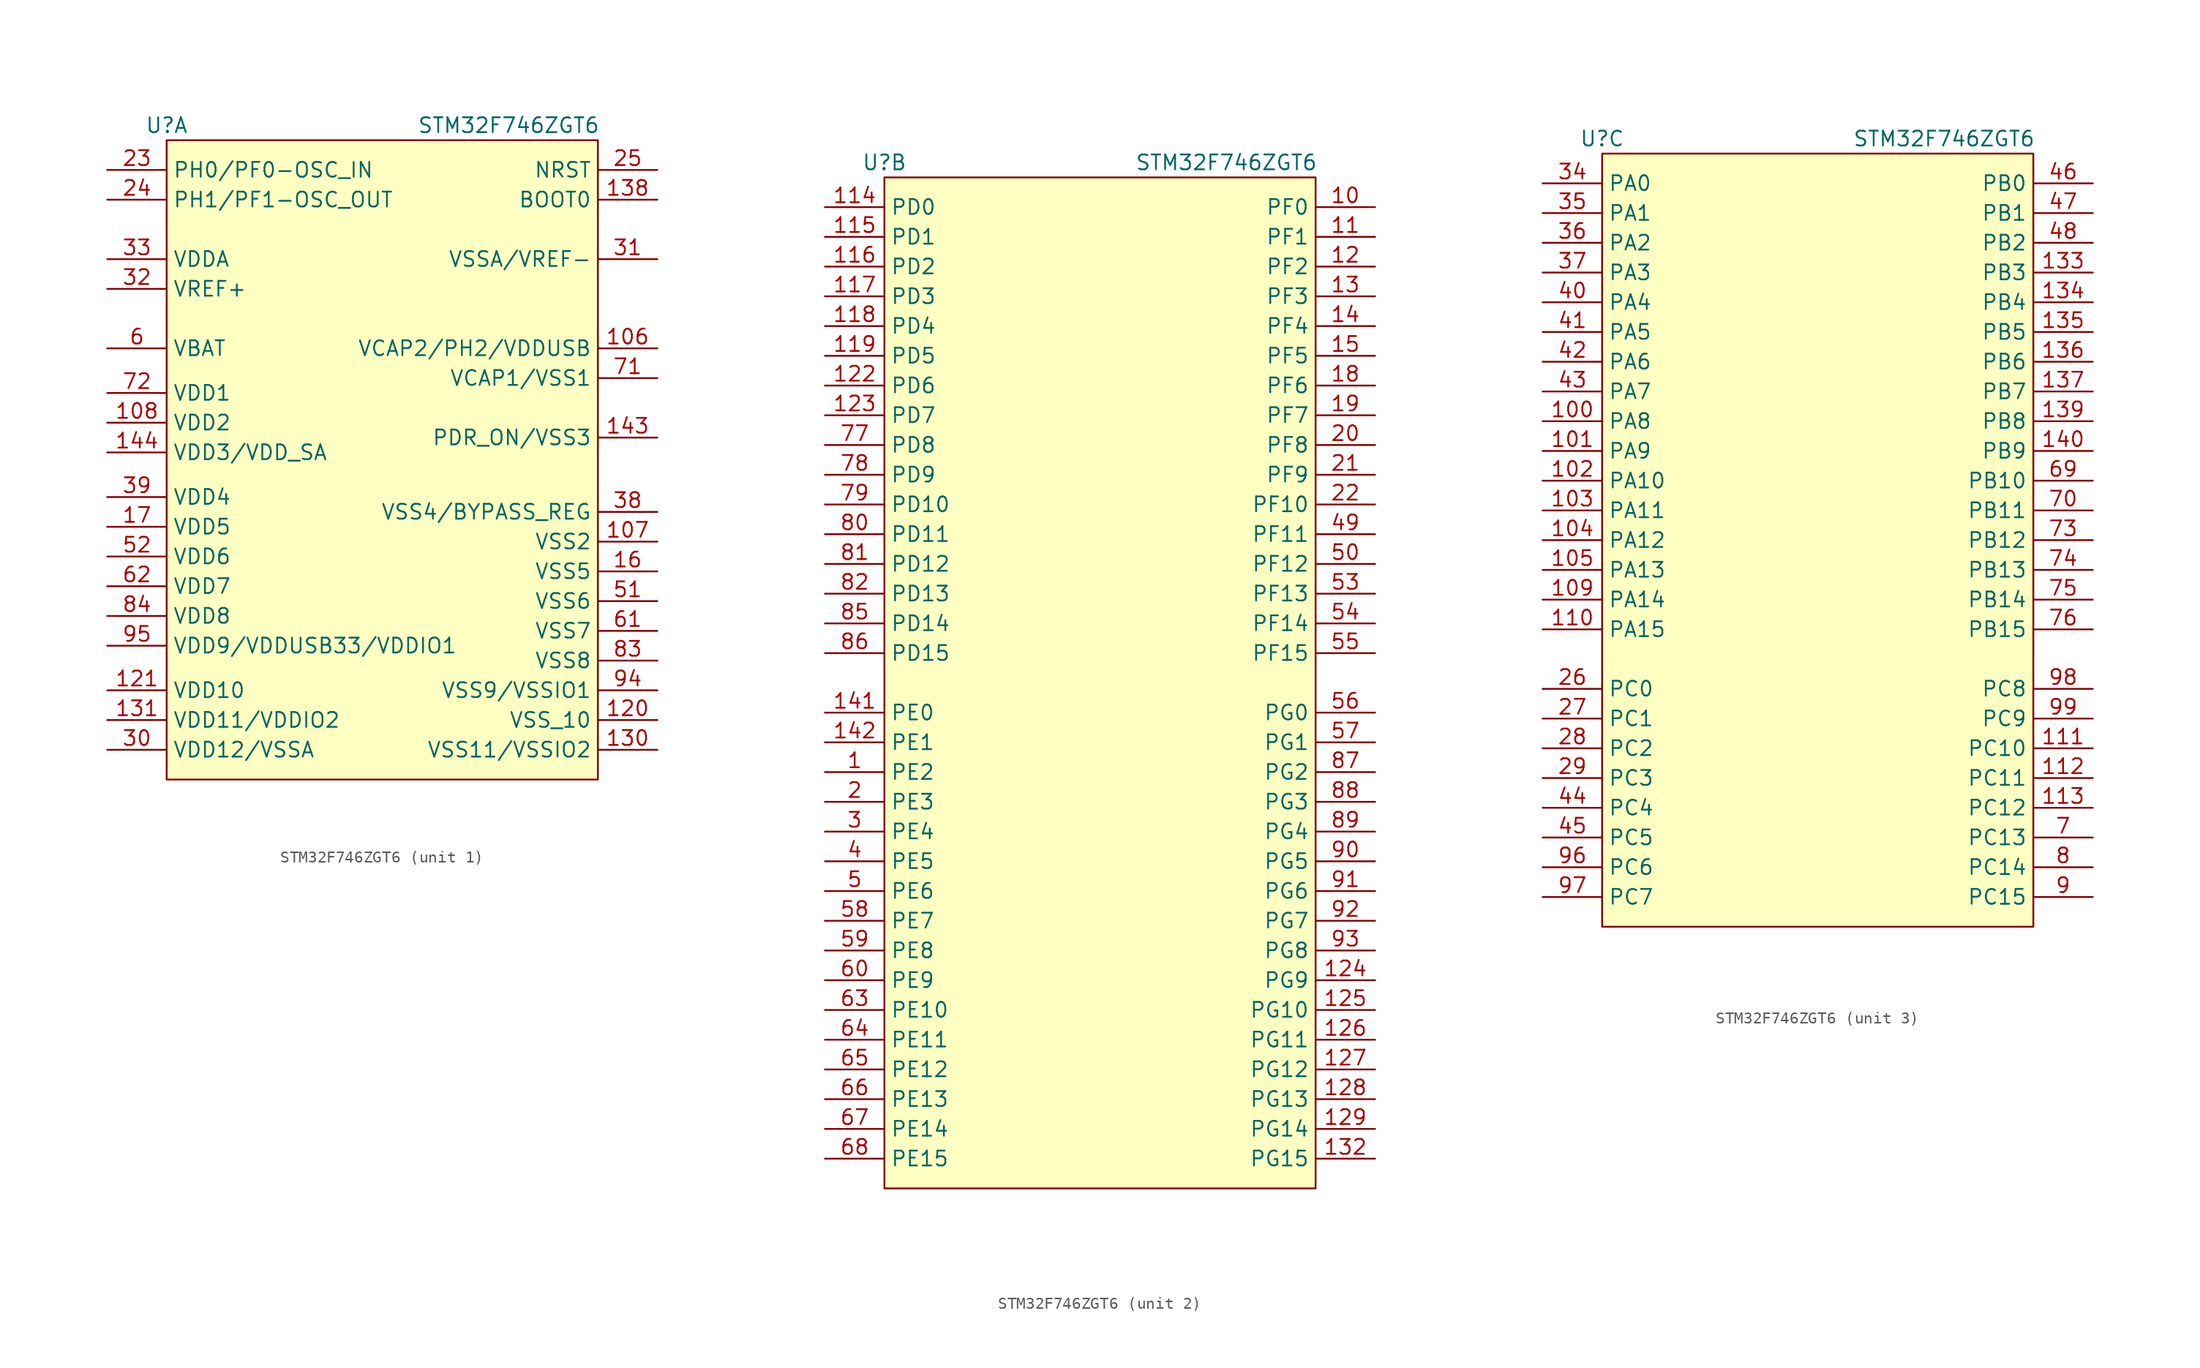
<source format=kicad_sym>
(kicad_symbol_lib
  (version 20220914)
  (generator kicad_symbol_editor)
  (symbol "STM32F746ZGT6"
    (property "Reference" "U"
      (at 0 1.27 0)
      (effects (font (size 1.27 1.27))))
    (property "Value" "STM32F746ZGT6"
      (at 29.21 1.27 0)
      (effects (font (size 1.27 1.27))))
    (property "ki_locked" ""
      (at 0 0 0)
      (effects (font (size 1.27 1.27))))
    (symbol "STM32F746ZGT6_1_1"
      (rectangle (start 0 0) (end 36.83 -54.61) (stroke (width 0) (type default)) (fill (type background)))
      (pin power_out line (at 41.91 -17.78 180) (length 5.08) (name "VCAP2/PH2/VDDUSB" (effects (font (size 1.27 1.27)))) (number "106" (effects (font (size 1.27 1.27)))))
      (pin passive line (at 41.91 -34.29 180) (length 5.08) (name "VSS2" (effects (font (size 1.27 1.27)))) (number "107" (effects (font (size 1.27 1.27)))))
      (pin power_in line (at -5.08 -24.13 0) (length 5.08) (name "VDD2" (effects (font (size 1.27 1.27)))) (number "108" (effects (font (size 1.27 1.27)))))
      (pin passive line (at 41.91 -49.53 180) (length 5.08) (name "VSS_10" (effects (font (size 1.27 1.27)))) (number "120" (effects (font (size 1.27 1.27)))))
      (pin power_in line (at -5.08 -46.99 0) (length 5.08) (name "VDD10" (effects (font (size 1.27 1.27)))) (number "121" (effects (font (size 1.27 1.27)))))
      (pin passive line (at 41.91 -52.07 180) (length 5.08) (name "VSS11/VSSIO2" (effects (font (size 1.27 1.27)))) (number "130" (effects (font (size 1.27 1.27)))))
      (pin power_in line (at -5.08 -49.53 0) (length 5.08) (name "VDD11/VDDIO2" (effects (font (size 1.27 1.27)))) (number "131" (effects (font (size 1.27 1.27)))))
      (pin input line (at 41.91 -5.08 180) (length 5.08) (name "BOOT0" (effects (font (size 1.27 1.27)))) (number "138" (effects (font (size 1.27 1.27)))))
      (pin input line (at 41.91 -25.4 180) (length 5.08) (name "PDR_ON/VSS3" (effects (font (size 1.27 1.27)))) (number "143" (effects (font (size 1.27 1.27)))))
      (pin power_in line (at -5.08 -26.67 0) (length 5.08) (name "VDD3/VDD_SA" (effects (font (size 1.27 1.27)))) (number "144" (effects (font (size 1.27 1.27)))))
      (pin passive line (at 41.91 -36.83 180) (length 5.08) (name "VSS5" (effects (font (size 1.27 1.27)))) (number "16" (effects (font (size 1.27 1.27)))))
      (pin power_in line (at -5.08 -33.02 0) (length 5.08) (name "VDD5" (effects (font (size 1.27 1.27)))) (number "17" (effects (font (size 1.27 1.27)))))
      (pin bidirectional line (at -5.08 -2.54 0) (length 5.08) (name "PH0/PF0-OSC_IN" (effects (font (size 1.27 1.27)))) (number "23" (effects (font (size 1.27 1.27)))) (alternate "RCC_OSC_IN" bidirectional line))
      (pin bidirectional line (at -5.08 -5.08 0) (length 5.08) (name "PH1/PF1-OSC_OUT" (effects (font (size 1.27 1.27)))) (number "24" (effects (font (size 1.27 1.27)))) (alternate "RCC_OSC_OUT" bidirectional line))
      (pin input line (at 41.91 -2.54 180) (length 5.08) (name "NRST" (effects (font (size 1.27 1.27)))) (number "25" (effects (font (size 1.27 1.27)))))
      (pin power_in line (at -5.08 -52.07 0) (length 5.08) (name "VDD12/VSSA" (effects (font (size 1.27 1.27)))) (number "30" (effects (font (size 1.27 1.27)))))
      (pin power_in line (at 41.91 -10.16 180) (length 5.08) (name "VSSA/VREF-" (effects (font (size 1.27 1.27)))) (number "31" (effects (font (size 1.27 1.27)))))
      (pin input line (at -5.08 -12.7 0) (length 5.08) (name "VREF+" (effects (font (size 1.27 1.27)))) (number "32" (effects (font (size 1.27 1.27)))))
      (pin power_in line (at -5.08 -10.16 0) (length 5.08) (name "VDDA" (effects (font (size 1.27 1.27)))) (number "33" (effects (font (size 1.27 1.27)))))
      (pin passive line (at 41.91 -31.75 180) (length 5.08) (name "VSS4/BYPASS_REG" (effects (font (size 1.27 1.27)))) (number "38" (effects (font (size 1.27 1.27)))))
      (pin power_in line (at -5.08 -30.48 0) (length 5.08) (name "VDD4" (effects (font (size 1.27 1.27)))) (number "39" (effects (font (size 1.27 1.27)))))
      (pin passive line (at 41.91 -39.37 180) (length 5.08) (name "VSS6" (effects (font (size 1.27 1.27)))) (number "51" (effects (font (size 1.27 1.27)))))
      (pin power_in line (at -5.08 -35.56 0) (length 5.08) (name "VDD6" (effects (font (size 1.27 1.27)))) (number "52" (effects (font (size 1.27 1.27)))))
      (pin power_in line (at -5.08 -17.78 0) (length 5.08) (name "VBAT" (effects (font (size 1.27 1.27)))) (number "6" (effects (font (size 1.27 1.27)))))
      (pin passive line (at 41.91 -41.91 180) (length 5.08) (name "VSS7" (effects (font (size 1.27 1.27)))) (number "61" (effects (font (size 1.27 1.27)))))
      (pin power_in line (at -5.08 -38.1 0) (length 5.08) (name "VDD7" (effects (font (size 1.27 1.27)))) (number "62" (effects (font (size 1.27 1.27)))))
      (pin power_out line (at 41.91 -20.32 180) (length 5.08) (name "VCAP1/VSS1" (effects (font (size 1.27 1.27)))) (number "71" (effects (font (size 1.27 1.27)))))
      (pin power_in line (at -5.08 -21.59 0) (length 5.08) (name "VDD1" (effects (font (size 1.27 1.27)))) (number "72" (effects (font (size 1.27 1.27)))))
      (pin passive line (at 41.91 -44.45 180) (length 5.08) (name "VSS8" (effects (font (size 1.27 1.27)))) (number "83" (effects (font (size 1.27 1.27)))))
      (pin power_in line (at -5.08 -40.64 0) (length 5.08) (name "VDD8" (effects (font (size 1.27 1.27)))) (number "84" (effects (font (size 1.27 1.27)))))
      (pin passive line (at 41.91 -46.99 180) (length 5.08) (name "VSS9/VSSIO1" (effects (font (size 1.27 1.27)))) (number "94" (effects (font (size 1.27 1.27)))))
      (pin power_in line (at -5.08 -43.18 0) (length 5.08) (name "VDD9/VDDUSB33/VDDIO1" (effects (font (size 1.27 1.27)))) (number "95" (effects (font (size 1.27 1.27))))))
    (symbol "STM32F746ZGT6_2_1"
      (rectangle (start 0 0) (end 36.83 -86.36) (stroke (width 0) (type default)) (fill (type background)))
      (pin bidirectional line (at -5.08 -50.8 0) (length 5.08) (name "PE2" (effects (font (size 1.27 1.27)))) (number "1" (effects (font (size 1.27 1.27)))) (alternate "ETH_TXD3" bidirectional line) (alternate "FMC_A23" bidirectional line) (alternate "QUADSPI_BK1_IO2" bidirectional line) (alternate "SAI1_MCLK_A" bidirectional line) (alternate "SPI4_SCK" bidirectional line) (alternate "SYS_TRACECLK" bidirectional line))
      (pin bidirectional line (at 41.91 -2.54 180) (length 5.08) (name "PF0" (effects (font (size 1.27 1.27)))) (number "10" (effects (font (size 1.27 1.27)))) (alternate "FMC_A0" bidirectional line) (alternate "I2C2_SDA" bidirectional line))
      (pin bidirectional line (at 41.91 -5.08 180) (length 5.08) (name "PF1" (effects (font (size 1.27 1.27)))) (number "11" (effects (font (size 1.27 1.27)))) (alternate "FMC_A1" bidirectional line) (alternate "I2C2_SCL" bidirectional line))
      (pin bidirectional line (at -5.08 -2.54 0) (length 5.08) (name "PD0" (effects (font (size 1.27 1.27)))) (number "114" (effects (font (size 1.27 1.27)))) (alternate "CAN1_RX" bidirectional line) (alternate "FMC_D2" bidirectional line) (alternate "FMC_DA2" bidirectional line))
      (pin bidirectional line (at -5.08 -5.08 0) (length 5.08) (name "PD1" (effects (font (size 1.27 1.27)))) (number "115" (effects (font (size 1.27 1.27)))) (alternate "CAN1_TX" bidirectional line) (alternate "FMC_D3" bidirectional line) (alternate "FMC_DA3" bidirectional line))
      (pin bidirectional line (at -5.08 -7.62 0) (length 5.08) (name "PD2" (effects (font (size 1.27 1.27)))) (number "116" (effects (font (size 1.27 1.27)))) (alternate "DCMI_D11" bidirectional line) (alternate "SDMMC1_CMD" bidirectional line) (alternate "SYS_TRACED2" bidirectional line) (alternate "TIM3_ETR" bidirectional line) (alternate "UART5_RX" bidirectional line))
      (pin bidirectional line (at -5.08 -10.16 0) (length 5.08) (name "PD3" (effects (font (size 1.27 1.27)))) (number "117" (effects (font (size 1.27 1.27)))) (alternate "DCMI_D5" bidirectional line) (alternate "FMC_CLK" bidirectional line) (alternate "I2S2_CK" bidirectional line) (alternate "LTDC_G7" bidirectional line) (alternate "SPI2_SCK" bidirectional line) (alternate "USART2_CTS" bidirectional line))
      (pin bidirectional line (at -5.08 -12.7 0) (length 5.08) (name "PD4" (effects (font (size 1.27 1.27)))) (number "118" (effects (font (size 1.27 1.27)))) (alternate "FMC_NOE" bidirectional line) (alternate "USART2_DE" bidirectional line) (alternate "USART2_RTS" bidirectional line))
      (pin bidirectional line (at -5.08 -15.24 0) (length 5.08) (name "PD5" (effects (font (size 1.27 1.27)))) (number "119" (effects (font (size 1.27 1.27)))) (alternate "FMC_NWE" bidirectional line) (alternate "USART2_TX" bidirectional line))
      (pin bidirectional line (at 41.91 -7.62 180) (length 5.08) (name "PF2" (effects (font (size 1.27 1.27)))) (number "12" (effects (font (size 1.27 1.27)))) (alternate "FMC_A2" bidirectional line) (alternate "I2C2_SMBA" bidirectional line))
      (pin bidirectional line (at -5.08 -17.78 0) (length 5.08) (name "PD6" (effects (font (size 1.27 1.27)))) (number "122" (effects (font (size 1.27 1.27)))) (alternate "DCMI_D10" bidirectional line) (alternate "FMC_NWAIT" bidirectional line) (alternate "I2S3_SD" bidirectional line) (alternate "LTDC_B2" bidirectional line) (alternate "SAI1_SD_A" bidirectional line) (alternate "SPI3_MOSI" bidirectional line) (alternate "USART2_RX" bidirectional line))
      (pin bidirectional line (at -5.08 -20.32 0) (length 5.08) (name "PD7" (effects (font (size 1.27 1.27)))) (number "123" (effects (font (size 1.27 1.27)))) (alternate "FMC_NE1" bidirectional line) (alternate "SPDIFRX_IN0" bidirectional line) (alternate "USART2_CK" bidirectional line))
      (pin bidirectional line (at 41.91 -68.58 180) (length 5.08) (name "PG9" (effects (font (size 1.27 1.27)))) (number "124" (effects (font (size 1.27 1.27)))) (alternate "DAC_EXTI9" bidirectional line) (alternate "DCMI_VSYNC" bidirectional line) (alternate "FMC_NCE" bidirectional line) (alternate "FMC_NE2" bidirectional line) (alternate "QUADSPI_BK2_IO2" bidirectional line) (alternate "SAI2_FS_B" bidirectional line) (alternate "SPDIFRX_IN3" bidirectional line) (alternate "USART6_RX" bidirectional line))
      (pin bidirectional line (at 41.91 -71.12 180) (length 5.08) (name "PG10" (effects (font (size 1.27 1.27)))) (number "125" (effects (font (size 1.27 1.27)))) (alternate "DCMI_D2" bidirectional line) (alternate "FMC_NE3" bidirectional line) (alternate "LTDC_B2" bidirectional line) (alternate "LTDC_G3" bidirectional line) (alternate "SAI2_SD_B" bidirectional line))
      (pin bidirectional line (at 41.91 -73.66 180) (length 5.08) (name "PG11" (effects (font (size 1.27 1.27)))) (number "126" (effects (font (size 1.27 1.27)))) (alternate "ADC1_EXTI11" bidirectional line) (alternate "ADC2_EXTI11" bidirectional line) (alternate "ADC3_EXTI11" bidirectional line) (alternate "DCMI_D3" bidirectional line) (alternate "ETH_TX_EN" bidirectional line) (alternate "LTDC_B3" bidirectional line) (alternate "SPDIFRX_IN0" bidirectional line))
      (pin bidirectional line (at 41.91 -76.2 180) (length 5.08) (name "PG12" (effects (font (size 1.27 1.27)))) (number "127" (effects (font (size 1.27 1.27)))) (alternate "FMC_NE4" bidirectional line) (alternate "LPTIM1_IN1" bidirectional line) (alternate "LTDC_B1" bidirectional line) (alternate "LTDC_B4" bidirectional line) (alternate "SPDIFRX_IN1" bidirectional line) (alternate "SPI6_MISO" bidirectional line) (alternate "USART6_DE" bidirectional line) (alternate "USART6_RTS" bidirectional line))
      (pin bidirectional line (at 41.91 -78.74 180) (length 5.08) (name "PG13" (effects (font (size 1.27 1.27)))) (number "128" (effects (font (size 1.27 1.27)))) (alternate "ETH_TXD0" bidirectional line) (alternate "FMC_A24" bidirectional line) (alternate "LPTIM1_OUT" bidirectional line) (alternate "LTDC_R0" bidirectional line) (alternate "SPI6_SCK" bidirectional line) (alternate "SYS_TRACED0" bidirectional line) (alternate "USART6_CTS" bidirectional line))
      (pin bidirectional line (at 41.91 -81.28 180) (length 5.08) (name "PG14" (effects (font (size 1.27 1.27)))) (number "129" (effects (font (size 1.27 1.27)))) (alternate "ETH_TXD1" bidirectional line) (alternate "FMC_A25" bidirectional line) (alternate "LPTIM1_ETR" bidirectional line) (alternate "LTDC_B0" bidirectional line) (alternate "QUADSPI_BK2_IO3" bidirectional line) (alternate "SPI6_MOSI" bidirectional line) (alternate "SYS_TRACED1" bidirectional line) (alternate "USART6_TX" bidirectional line))
      (pin bidirectional line (at 41.91 -10.16 180) (length 5.08) (name "PF3" (effects (font (size 1.27 1.27)))) (number "13" (effects (font (size 1.27 1.27)))) (alternate "ADC3_IN9" bidirectional line) (alternate "FMC_A3" bidirectional line))
      (pin bidirectional line (at 41.91 -83.82 180) (length 5.08) (name "PG15" (effects (font (size 1.27 1.27)))) (number "132" (effects (font (size 1.27 1.27)))) (alternate "DCMI_D13" bidirectional line) (alternate "FMC_SDNCAS" bidirectional line) (alternate "USART6_CTS" bidirectional line))
      (pin bidirectional line (at 41.91 -12.7 180) (length 5.08) (name "PF4" (effects (font (size 1.27 1.27)))) (number "14" (effects (font (size 1.27 1.27)))) (alternate "ADC3_IN14" bidirectional line) (alternate "FMC_A4" bidirectional line))
      (pin bidirectional line (at -5.08 -45.72 0) (length 5.08) (name "PE0" (effects (font (size 1.27 1.27)))) (number "141" (effects (font (size 1.27 1.27)))) (alternate "DCMI_D2" bidirectional line) (alternate "FMC_NBL0" bidirectional line) (alternate "LPTIM1_ETR" bidirectional line) (alternate "SAI2_MCLK_A" bidirectional line) (alternate "TIM4_ETR" bidirectional line) (alternate "UART8_RX" bidirectional line))
      (pin bidirectional line (at -5.08 -48.26 0) (length 5.08) (name "PE1" (effects (font (size 1.27 1.27)))) (number "142" (effects (font (size 1.27 1.27)))) (alternate "DCMI_D3" bidirectional line) (alternate "FMC_NBL1" bidirectional line) (alternate "LPTIM1_IN2" bidirectional line) (alternate "UART8_TX" bidirectional line))
      (pin bidirectional line (at 41.91 -15.24 180) (length 5.08) (name "PF5" (effects (font (size 1.27 1.27)))) (number "15" (effects (font (size 1.27 1.27)))) (alternate "ADC3_IN15" bidirectional line) (alternate "FMC_A5" bidirectional line))
      (pin bidirectional line (at 41.91 -17.78 180) (length 5.08) (name "PF6" (effects (font (size 1.27 1.27)))) (number "18" (effects (font (size 1.27 1.27)))) (alternate "ADC3_IN4" bidirectional line) (alternate "QUADSPI_BK1_IO3" bidirectional line) (alternate "SAI1_SD_B" bidirectional line) (alternate "SPI5_NSS" bidirectional line) (alternate "TIM10_CH1" bidirectional line) (alternate "UART7_RX" bidirectional line))
      (pin bidirectional line (at 41.91 -20.32 180) (length 5.08) (name "PF7" (effects (font (size 1.27 1.27)))) (number "19" (effects (font (size 1.27 1.27)))) (alternate "ADC3_IN5" bidirectional line) (alternate "QUADSPI_BK1_IO2" bidirectional line) (alternate "SAI1_MCLK_B" bidirectional line) (alternate "SPI5_SCK" bidirectional line) (alternate "TIM11_CH1" bidirectional line) (alternate "UART7_TX" bidirectional line))
      (pin bidirectional line (at -5.08 -53.34 0) (length 5.08) (name "PE3" (effects (font (size 1.27 1.27)))) (number "2" (effects (font (size 1.27 1.27)))) (alternate "FMC_A19" bidirectional line) (alternate "SAI1_SD_B" bidirectional line) (alternate "SYS_TRACED0" bidirectional line))
      (pin bidirectional line (at 41.91 -22.86 180) (length 5.08) (name "PF8" (effects (font (size 1.27 1.27)))) (number "20" (effects (font (size 1.27 1.27)))) (alternate "ADC3_IN6" bidirectional line) (alternate "QUADSPI_BK1_IO0" bidirectional line) (alternate "SAI1_SCK_B" bidirectional line) (alternate "SPI5_MISO" bidirectional line) (alternate "TIM13_CH1" bidirectional line) (alternate "UART7_DE" bidirectional line) (alternate "UART7_RTS" bidirectional line))
      (pin bidirectional line (at 41.91 -25.4 180) (length 5.08) (name "PF9" (effects (font (size 1.27 1.27)))) (number "21" (effects (font (size 1.27 1.27)))) (alternate "ADC3_IN7" bidirectional line) (alternate "DAC_EXTI9" bidirectional line) (alternate "QUADSPI_BK1_IO1" bidirectional line) (alternate "SAI1_FS_B" bidirectional line) (alternate "SPI5_MOSI" bidirectional line) (alternate "TIM14_CH1" bidirectional line) (alternate "UART7_CTS" bidirectional line))
      (pin bidirectional line (at 41.91 -27.94 180) (length 5.08) (name "PF10" (effects (font (size 1.27 1.27)))) (number "22" (effects (font (size 1.27 1.27)))) (alternate "ADC3_IN8" bidirectional line) (alternate "DCMI_D11" bidirectional line) (alternate "LTDC_DE" bidirectional line))
      (pin bidirectional line (at -5.08 -55.88 0) (length 5.08) (name "PE4" (effects (font (size 1.27 1.27)))) (number "3" (effects (font (size 1.27 1.27)))) (alternate "DCMI_D4" bidirectional line) (alternate "FMC_A20" bidirectional line) (alternate "LTDC_B0" bidirectional line) (alternate "SAI1_FS_A" bidirectional line) (alternate "SPI4_NSS" bidirectional line) (alternate "SYS_TRACED1" bidirectional line))
      (pin bidirectional line (at -5.08 -58.42 0) (length 5.08) (name "PE5" (effects (font (size 1.27 1.27)))) (number "4" (effects (font (size 1.27 1.27)))) (alternate "DCMI_D6" bidirectional line) (alternate "FMC_A21" bidirectional line) (alternate "LTDC_G0" bidirectional line) (alternate "SAI1_SCK_A" bidirectional line) (alternate "SPI4_MISO" bidirectional line) (alternate "SYS_TRACED2" bidirectional line) (alternate "TIM9_CH1" bidirectional line))
      (pin bidirectional line (at 41.91 -30.48 180) (length 5.08) (name "PF11" (effects (font (size 1.27 1.27)))) (number "49" (effects (font (size 1.27 1.27)))) (alternate "ADC1_EXTI11" bidirectional line) (alternate "ADC2_EXTI11" bidirectional line) (alternate "ADC3_EXTI11" bidirectional line) (alternate "DCMI_D12" bidirectional line) (alternate "FMC_SDNRAS" bidirectional line) (alternate "SAI2_SD_B" bidirectional line) (alternate "SPI5_MOSI" bidirectional line))
      (pin bidirectional line (at -5.08 -60.96 0) (length 5.08) (name "PE6" (effects (font (size 1.27 1.27)))) (number "5" (effects (font (size 1.27 1.27)))) (alternate "DCMI_D7" bidirectional line) (alternate "FMC_A22" bidirectional line) (alternate "LTDC_G1" bidirectional line) (alternate "SAI1_SD_A" bidirectional line) (alternate "SAI2_MCLK_B" bidirectional line) (alternate "SPI4_MOSI" bidirectional line) (alternate "SYS_TRACED3" bidirectional line) (alternate "TIM1_BKIN2" bidirectional line) (alternate "TIM9_CH2" bidirectional line))
      (pin bidirectional line (at 41.91 -33.02 180) (length 5.08) (name "PF12" (effects (font (size 1.27 1.27)))) (number "50" (effects (font (size 1.27 1.27)))) (alternate "FMC_A6" bidirectional line))
      (pin bidirectional line (at 41.91 -35.56 180) (length 5.08) (name "PF13" (effects (font (size 1.27 1.27)))) (number "53" (effects (font (size 1.27 1.27)))) (alternate "FMC_A7" bidirectional line) (alternate "I2C4_SMBA" bidirectional line))
      (pin bidirectional line (at 41.91 -38.1 180) (length 5.08) (name "PF14" (effects (font (size 1.27 1.27)))) (number "54" (effects (font (size 1.27 1.27)))) (alternate "FMC_A8" bidirectional line) (alternate "I2C4_SCL" bidirectional line))
      (pin bidirectional line (at 41.91 -40.64 180) (length 5.08) (name "PF15" (effects (font (size 1.27 1.27)))) (number "55" (effects (font (size 1.27 1.27)))) (alternate "FMC_A9" bidirectional line) (alternate "I2C4_SDA" bidirectional line))
      (pin bidirectional line (at 41.91 -45.72 180) (length 5.08) (name "PG0" (effects (font (size 1.27 1.27)))) (number "56" (effects (font (size 1.27 1.27)))) (alternate "FMC_A10" bidirectional line))
      (pin bidirectional line (at 41.91 -48.26 180) (length 5.08) (name "PG1" (effects (font (size 1.27 1.27)))) (number "57" (effects (font (size 1.27 1.27)))) (alternate "FMC_A11" bidirectional line))
      (pin bidirectional line (at -5.08 -63.5 0) (length 5.08) (name "PE7" (effects (font (size 1.27 1.27)))) (number "58" (effects (font (size 1.27 1.27)))) (alternate "FMC_D4" bidirectional line) (alternate "FMC_DA4" bidirectional line) (alternate "QUADSPI_BK2_IO0" bidirectional line) (alternate "TIM1_ETR" bidirectional line) (alternate "UART7_RX" bidirectional line))
      (pin bidirectional line (at -5.08 -66.04 0) (length 5.08) (name "PE8" (effects (font (size 1.27 1.27)))) (number "59" (effects (font (size 1.27 1.27)))) (alternate "FMC_D5" bidirectional line) (alternate "FMC_DA5" bidirectional line) (alternate "QUADSPI_BK2_IO1" bidirectional line) (alternate "TIM1_CH1N" bidirectional line) (alternate "UART7_TX" bidirectional line))
      (pin bidirectional line (at -5.08 -68.58 0) (length 5.08) (name "PE9" (effects (font (size 1.27 1.27)))) (number "60" (effects (font (size 1.27 1.27)))) (alternate "DAC_EXTI9" bidirectional line) (alternate "FMC_D6" bidirectional line) (alternate "FMC_DA6" bidirectional line) (alternate "QUADSPI_BK2_IO2" bidirectional line) (alternate "TIM1_CH1" bidirectional line) (alternate "UART7_DE" bidirectional line) (alternate "UART7_RTS" bidirectional line))
      (pin bidirectional line (at -5.08 -71.12 0) (length 5.08) (name "PE10" (effects (font (size 1.27 1.27)))) (number "63" (effects (font (size 1.27 1.27)))) (alternate "FMC_D7" bidirectional line) (alternate "FMC_DA7" bidirectional line) (alternate "QUADSPI_BK2_IO3" bidirectional line) (alternate "TIM1_CH2N" bidirectional line) (alternate "UART7_CTS" bidirectional line))
      (pin bidirectional line (at -5.08 -73.66 0) (length 5.08) (name "PE11" (effects (font (size 1.27 1.27)))) (number "64" (effects (font (size 1.27 1.27)))) (alternate "ADC1_EXTI11" bidirectional line) (alternate "ADC2_EXTI11" bidirectional line) (alternate "ADC3_EXTI11" bidirectional line) (alternate "FMC_D8" bidirectional line) (alternate "FMC_DA8" bidirectional line) (alternate "LTDC_G3" bidirectional line) (alternate "SAI2_SD_B" bidirectional line) (alternate "SPI4_NSS" bidirectional line) (alternate "TIM1_CH2" bidirectional line))
      (pin bidirectional line (at -5.08 -76.2 0) (length 5.08) (name "PE12" (effects (font (size 1.27 1.27)))) (number "65" (effects (font (size 1.27 1.27)))) (alternate "FMC_D9" bidirectional line) (alternate "FMC_DA9" bidirectional line) (alternate "LTDC_B4" bidirectional line) (alternate "SAI2_SCK_B" bidirectional line) (alternate "SPI4_SCK" bidirectional line) (alternate "TIM1_CH3N" bidirectional line))
      (pin bidirectional line (at -5.08 -78.74 0) (length 5.08) (name "PE13" (effects (font (size 1.27 1.27)))) (number "66" (effects (font (size 1.27 1.27)))) (alternate "FMC_D10" bidirectional line) (alternate "FMC_DA10" bidirectional line) (alternate "LTDC_DE" bidirectional line) (alternate "SAI2_FS_B" bidirectional line) (alternate "SPI4_MISO" bidirectional line) (alternate "TIM1_CH3" bidirectional line))
      (pin bidirectional line (at -5.08 -81.28 0) (length 5.08) (name "PE14" (effects (font (size 1.27 1.27)))) (number "67" (effects (font (size 1.27 1.27)))) (alternate "FMC_D11" bidirectional line) (alternate "FMC_DA11" bidirectional line) (alternate "LTDC_CLK" bidirectional line) (alternate "SAI2_MCLK_B" bidirectional line) (alternate "SPI4_MOSI" bidirectional line) (alternate "TIM1_CH4" bidirectional line))
      (pin bidirectional line (at -5.08 -83.82 0) (length 5.08) (name "PE15" (effects (font (size 1.27 1.27)))) (number "68" (effects (font (size 1.27 1.27)))) (alternate "FMC_D12" bidirectional line) (alternate "FMC_DA12" bidirectional line) (alternate "LTDC_R7" bidirectional line) (alternate "TIM1_BKIN" bidirectional line))
      (pin bidirectional line (at -5.08 -22.86 0) (length 5.08) (name "PD8" (effects (font (size 1.27 1.27)))) (number "77" (effects (font (size 1.27 1.27)))) (alternate "FMC_D13" bidirectional line) (alternate "FMC_DA13" bidirectional line) (alternate "SPDIFRX_IN1" bidirectional line) (alternate "USART3_TX" bidirectional line))
      (pin bidirectional line (at -5.08 -25.4 0) (length 5.08) (name "PD9" (effects (font (size 1.27 1.27)))) (number "78" (effects (font (size 1.27 1.27)))) (alternate "DAC_EXTI9" bidirectional line) (alternate "FMC_D14" bidirectional line) (alternate "FMC_DA14" bidirectional line) (alternate "USART3_RX" bidirectional line))
      (pin bidirectional line (at -5.08 -27.94 0) (length 5.08) (name "PD10" (effects (font (size 1.27 1.27)))) (number "79" (effects (font (size 1.27 1.27)))) (alternate "FMC_D15" bidirectional line) (alternate "FMC_DA15" bidirectional line) (alternate "LTDC_B3" bidirectional line) (alternate "USART3_CK" bidirectional line))
      (pin bidirectional line (at -5.08 -30.48 0) (length 5.08) (name "PD11" (effects (font (size 1.27 1.27)))) (number "80" (effects (font (size 1.27 1.27)))) (alternate "ADC1_EXTI11" bidirectional line) (alternate "ADC2_EXTI11" bidirectional line) (alternate "ADC3_EXTI11" bidirectional line) (alternate "FMC_A16" bidirectional line) (alternate "FMC_CLE" bidirectional line) (alternate "I2C4_SMBA" bidirectional line) (alternate "QUADSPI_BK1_IO0" bidirectional line) (alternate "SAI2_SD_A" bidirectional line) (alternate "USART3_CTS" bidirectional line))
      (pin bidirectional line (at -5.08 -33.02 0) (length 5.08) (name "PD12" (effects (font (size 1.27 1.27)))) (number "81" (effects (font (size 1.27 1.27)))) (alternate "FMC_A17" bidirectional line) (alternate "FMC_ALE" bidirectional line) (alternate "I2C4_SCL" bidirectional line) (alternate "LPTIM1_IN1" bidirectional line) (alternate "QUADSPI_BK1_IO1" bidirectional line) (alternate "SAI2_FS_A" bidirectional line) (alternate "TIM4_CH1" bidirectional line) (alternate "USART3_DE" bidirectional line) (alternate "USART3_RTS" bidirectional line))
      (pin bidirectional line (at -5.08 -35.56 0) (length 5.08) (name "PD13" (effects (font (size 1.27 1.27)))) (number "82" (effects (font (size 1.27 1.27)))) (alternate "FMC_A18" bidirectional line) (alternate "I2C4_SDA" bidirectional line) (alternate "LPTIM1_OUT" bidirectional line) (alternate "QUADSPI_BK1_IO3" bidirectional line) (alternate "SAI2_SCK_A" bidirectional line) (alternate "TIM4_CH2" bidirectional line))
      (pin bidirectional line (at -5.08 -38.1 0) (length 5.08) (name "PD14" (effects (font (size 1.27 1.27)))) (number "85" (effects (font (size 1.27 1.27)))) (alternate "FMC_D0" bidirectional line) (alternate "FMC_DA0" bidirectional line) (alternate "TIM4_CH3" bidirectional line) (alternate "UART8_CTS" bidirectional line))
      (pin bidirectional line (at -5.08 -40.64 0) (length 5.08) (name "PD15" (effects (font (size 1.27 1.27)))) (number "86" (effects (font (size 1.27 1.27)))) (alternate "FMC_D1" bidirectional line) (alternate "FMC_DA1" bidirectional line) (alternate "TIM4_CH4" bidirectional line) (alternate "UART8_DE" bidirectional line) (alternate "UART8_RTS" bidirectional line))
      (pin bidirectional line (at 41.91 -50.8 180) (length 5.08) (name "PG2" (effects (font (size 1.27 1.27)))) (number "87" (effects (font (size 1.27 1.27)))) (alternate "FMC_A12" bidirectional line))
      (pin bidirectional line (at 41.91 -53.34 180) (length 5.08) (name "PG3" (effects (font (size 1.27 1.27)))) (number "88" (effects (font (size 1.27 1.27)))) (alternate "FMC_A13" bidirectional line))
      (pin bidirectional line (at 41.91 -55.88 180) (length 5.08) (name "PG4" (effects (font (size 1.27 1.27)))) (number "89" (effects (font (size 1.27 1.27)))) (alternate "FMC_A14" bidirectional line) (alternate "FMC_BA0" bidirectional line))
      (pin bidirectional line (at 41.91 -58.42 180) (length 5.08) (name "PG5" (effects (font (size 1.27 1.27)))) (number "90" (effects (font (size 1.27 1.27)))) (alternate "FMC_A15" bidirectional line) (alternate "FMC_BA1" bidirectional line))
      (pin bidirectional line (at 41.91 -60.96 180) (length 5.08) (name "PG6" (effects (font (size 1.27 1.27)))) (number "91" (effects (font (size 1.27 1.27)))) (alternate "DCMI_D12" bidirectional line) (alternate "LTDC_R7" bidirectional line))
      (pin bidirectional line (at 41.91 -63.5 180) (length 5.08) (name "PG7" (effects (font (size 1.27 1.27)))) (number "92" (effects (font (size 1.27 1.27)))) (alternate "DCMI_D13" bidirectional line) (alternate "FMC_INT" bidirectional line) (alternate "LTDC_CLK" bidirectional line) (alternate "USART6_CK" bidirectional line))
      (pin bidirectional line (at 41.91 -66.04 180) (length 5.08) (name "PG8" (effects (font (size 1.27 1.27)))) (number "93" (effects (font (size 1.27 1.27)))) (alternate "ETH_PPS_OUT" bidirectional line) (alternate "FMC_SDCLK" bidirectional line) (alternate "SPDIFRX_IN2" bidirectional line) (alternate "SPI6_NSS" bidirectional line) (alternate "USART6_DE" bidirectional line) (alternate "USART6_RTS" bidirectional line)))
    (symbol "STM32F746ZGT6_3_1"
      (rectangle (start 0 0) (end 36.83 -66.04) (stroke (width 0) (type default)) (fill (type background)))
      (pin bidirectional line (at -5.08 -22.86 0) (length 5.08) (name "PA8" (effects (font (size 1.27 1.27)))) (number "100" (effects (font (size 1.27 1.27)))) (alternate "I2C3_SCL" bidirectional line) (alternate "LTDC_R6" bidirectional line) (alternate "RCC_MCO_1" bidirectional line) (alternate "TIM1_CH1" bidirectional line) (alternate "TIM8_BKIN2" bidirectional line) (alternate "USART1_CK" bidirectional line) (alternate "USB_OTG_FS_SOF" bidirectional line))
      (pin bidirectional line (at -5.08 -25.4 0) (length 5.08) (name "PA9" (effects (font (size 1.27 1.27)))) (number "101" (effects (font (size 1.27 1.27)))) (alternate "DAC_EXTI9" bidirectional line) (alternate "DCMI_D0" bidirectional line) (alternate "I2C3_SMBA" bidirectional line) (alternate "I2S2_CK" bidirectional line) (alternate "SPI2_SCK" bidirectional line) (alternate "TIM1_CH2" bidirectional line) (alternate "USART1_TX" bidirectional line) (alternate "USB_OTG_FS_VBUS" bidirectional line))
      (pin bidirectional line (at -5.08 -27.94 0) (length 5.08) (name "PA10" (effects (font (size 1.27 1.27)))) (number "102" (effects (font (size 1.27 1.27)))) (alternate "DCMI_D1" bidirectional line) (alternate "TIM1_CH3" bidirectional line) (alternate "USART1_RX" bidirectional line) (alternate "USB_OTG_FS_ID" bidirectional line))
      (pin bidirectional line (at -5.08 -30.48 0) (length 5.08) (name "PA11" (effects (font (size 1.27 1.27)))) (number "103" (effects (font (size 1.27 1.27)))) (alternate "ADC1_EXTI11" bidirectional line) (alternate "ADC2_EXTI11" bidirectional line) (alternate "ADC3_EXTI11" bidirectional line) (alternate "CAN1_RX" bidirectional line) (alternate "LTDC_R4" bidirectional line) (alternate "TIM1_CH4" bidirectional line) (alternate "USART1_CTS" bidirectional line) (alternate "USB_OTG_FS_DM" bidirectional line))
      (pin bidirectional line (at -5.08 -33.02 0) (length 5.08) (name "PA12" (effects (font (size 1.27 1.27)))) (number "104" (effects (font (size 1.27 1.27)))) (alternate "CAN1_TX" bidirectional line) (alternate "LTDC_R5" bidirectional line) (alternate "SAI2_FS_B" bidirectional line) (alternate "TIM1_ETR" bidirectional line) (alternate "USART1_DE" bidirectional line) (alternate "USART1_RTS" bidirectional line) (alternate "USB_OTG_FS_DP" bidirectional line))
      (pin bidirectional line (at -5.08 -35.56 0) (length 5.08) (name "PA13" (effects (font (size 1.27 1.27)))) (number "105" (effects (font (size 1.27 1.27)))) (alternate "SYS_JTMS-SWDIO" bidirectional line))
      (pin bidirectional line (at -5.08 -38.1 0) (length 5.08) (name "PA14" (effects (font (size 1.27 1.27)))) (number "109" (effects (font (size 1.27 1.27)))) (alternate "SYS_JTCK-SWCLK" bidirectional line))
      (pin bidirectional line (at -5.08 -40.64 0) (length 5.08) (name "PA15" (effects (font (size 1.27 1.27)))) (number "110" (effects (font (size 1.27 1.27)))) (alternate "CEC" bidirectional line) (alternate "I2S1_WS" bidirectional line) (alternate "I2S3_WS" bidirectional line) (alternate "SPI1_NSS" bidirectional line) (alternate "SPI3_NSS" bidirectional line) (alternate "SYS_JTDI" bidirectional line) (alternate "TIM2_CH1" bidirectional line) (alternate "TIM2_ETR" bidirectional line) (alternate "UART4_DE" bidirectional line) (alternate "UART4_RTS" bidirectional line))
      (pin bidirectional line (at 41.91 -50.8 180) (length 5.08) (name "PC10" (effects (font (size 1.27 1.27)))) (number "111" (effects (font (size 1.27 1.27)))) (alternate "DCMI_D8" bidirectional line) (alternate "I2S3_CK" bidirectional line) (alternate "LTDC_R2" bidirectional line) (alternate "QUADSPI_BK1_IO1" bidirectional line) (alternate "SDMMC1_D2" bidirectional line) (alternate "SPI3_SCK" bidirectional line) (alternate "UART4_TX" bidirectional line) (alternate "USART3_TX" bidirectional line))
      (pin bidirectional line (at 41.91 -53.34 180) (length 5.08) (name "PC11" (effects (font (size 1.27 1.27)))) (number "112" (effects (font (size 1.27 1.27)))) (alternate "ADC1_EXTI11" bidirectional line) (alternate "ADC2_EXTI11" bidirectional line) (alternate "ADC3_EXTI11" bidirectional line) (alternate "DCMI_D4" bidirectional line) (alternate "QUADSPI_BK2_NCS" bidirectional line) (alternate "SDMMC1_D3" bidirectional line) (alternate "SPI3_MISO" bidirectional line) (alternate "UART4_RX" bidirectional line) (alternate "USART3_RX" bidirectional line))
      (pin bidirectional line (at 41.91 -55.88 180) (length 5.08) (name "PC12" (effects (font (size 1.27 1.27)))) (number "113" (effects (font (size 1.27 1.27)))) (alternate "DCMI_D9" bidirectional line) (alternate "I2S3_SD" bidirectional line) (alternate "SDMMC1_CK" bidirectional line) (alternate "SPI3_MOSI" bidirectional line) (alternate "SYS_TRACED3" bidirectional line) (alternate "UART5_TX" bidirectional line) (alternate "USART3_CK" bidirectional line))
      (pin bidirectional line (at 41.91 -10.16 180) (length 5.08) (name "PB3" (effects (font (size 1.27 1.27)))) (number "133" (effects (font (size 1.27 1.27)))) (alternate "I2S1_CK" bidirectional line) (alternate "I2S3_CK" bidirectional line) (alternate "SPI1_SCK" bidirectional line) (alternate "SPI3_SCK" bidirectional line) (alternate "SYS_JTDO-SWO" bidirectional line) (alternate "TIM2_CH2" bidirectional line))
      (pin bidirectional line (at 41.91 -12.7 180) (length 5.08) (name "PB4" (effects (font (size 1.27 1.27)))) (number "134" (effects (font (size 1.27 1.27)))) (alternate "I2S2_WS" bidirectional line) (alternate "SPI1_MISO" bidirectional line) (alternate "SPI2_NSS" bidirectional line) (alternate "SPI3_MISO" bidirectional line) (alternate "SYS_JTRST" bidirectional line) (alternate "TIM3_CH1" bidirectional line))
      (pin bidirectional line (at 41.91 -15.24 180) (length 5.08) (name "PB5" (effects (font (size 1.27 1.27)))) (number "135" (effects (font (size 1.27 1.27)))) (alternate "CAN2_RX" bidirectional line) (alternate "DCMI_D10" bidirectional line) (alternate "ETH_PPS_OUT" bidirectional line) (alternate "FMC_SDCKE1" bidirectional line) (alternate "I2C1_SMBA" bidirectional line) (alternate "I2S1_SD" bidirectional line) (alternate "I2S3_SD" bidirectional line) (alternate "SPI1_MOSI" bidirectional line) (alternate "SPI3_MOSI" bidirectional line) (alternate "TIM3_CH2" bidirectional line) (alternate "USB_OTG_HS_ULPI_D7" bidirectional line))
      (pin bidirectional line (at 41.91 -17.78 180) (length 5.08) (name "PB6" (effects (font (size 1.27 1.27)))) (number "136" (effects (font (size 1.27 1.27)))) (alternate "CAN2_TX" bidirectional line) (alternate "CEC" bidirectional line) (alternate "DCMI_D5" bidirectional line) (alternate "FMC_SDNE1" bidirectional line) (alternate "I2C1_SCL" bidirectional line) (alternate "QUADSPI_BK1_NCS" bidirectional line) (alternate "TIM4_CH1" bidirectional line) (alternate "USART1_TX" bidirectional line))
      (pin bidirectional line (at 41.91 -20.32 180) (length 5.08) (name "PB7" (effects (font (size 1.27 1.27)))) (number "137" (effects (font (size 1.27 1.27)))) (alternate "DCMI_VSYNC" bidirectional line) (alternate "FMC_NL" bidirectional line) (alternate "I2C1_SDA" bidirectional line) (alternate "TIM4_CH2" bidirectional line) (alternate "USART1_RX" bidirectional line))
      (pin bidirectional line (at 41.91 -22.86 180) (length 5.08) (name "PB8" (effects (font (size 1.27 1.27)))) (number "139" (effects (font (size 1.27 1.27)))) (alternate "CAN1_RX" bidirectional line) (alternate "DCMI_D6" bidirectional line) (alternate "ETH_TXD3" bidirectional line) (alternate "I2C1_SCL" bidirectional line) (alternate "LTDC_B6" bidirectional line) (alternate "SDMMC1_D4" bidirectional line) (alternate "TIM10_CH1" bidirectional line) (alternate "TIM4_CH3" bidirectional line))
      (pin bidirectional line (at 41.91 -25.4 180) (length 5.08) (name "PB9" (effects (font (size 1.27 1.27)))) (number "140" (effects (font (size 1.27 1.27)))) (alternate "CAN1_TX" bidirectional line) (alternate "DAC_EXTI9" bidirectional line) (alternate "DCMI_D7" bidirectional line) (alternate "I2C1_SDA" bidirectional line) (alternate "I2S2_WS" bidirectional line) (alternate "LTDC_B7" bidirectional line) (alternate "SDMMC1_D5" bidirectional line) (alternate "SPI2_NSS" bidirectional line) (alternate "TIM11_CH1" bidirectional line) (alternate "TIM4_CH4" bidirectional line))
      (pin bidirectional line (at -5.08 -45.72 0) (length 5.08) (name "PC0" (effects (font (size 1.27 1.27)))) (number "26" (effects (font (size 1.27 1.27)))) (alternate "ADC1_IN10" bidirectional line) (alternate "ADC2_IN10" bidirectional line) (alternate "ADC3_IN10" bidirectional line) (alternate "FMC_SDNWE" bidirectional line) (alternate "LTDC_R5" bidirectional line) (alternate "SAI2_FS_B" bidirectional line) (alternate "USB_OTG_HS_ULPI_STP" bidirectional line))
      (pin bidirectional line (at -5.08 -48.26 0) (length 5.08) (name "PC1" (effects (font (size 1.27 1.27)))) (number "27" (effects (font (size 1.27 1.27)))) (alternate "ADC1_IN11" bidirectional line) (alternate "ADC2_IN11" bidirectional line) (alternate "ADC3_IN11" bidirectional line) (alternate "ETH_MDC" bidirectional line) (alternate "I2S2_SD" bidirectional line) (alternate "RTC_TAMP3" bidirectional line) (alternate "RTC_TS" bidirectional line) (alternate "SAI1_SD_A" bidirectional line) (alternate "SPI2_MOSI" bidirectional line) (alternate "SYS_TRACED0" bidirectional line) (alternate "SYS_WKUP3" bidirectional line))
      (pin bidirectional line (at -5.08 -50.8 0) (length 5.08) (name "PC2" (effects (font (size 1.27 1.27)))) (number "28" (effects (font (size 1.27 1.27)))) (alternate "ADC1_IN12" bidirectional line) (alternate "ADC2_IN12" bidirectional line) (alternate "ADC3_IN12" bidirectional line) (alternate "ETH_TXD2" bidirectional line) (alternate "FMC_SDNE0" bidirectional line) (alternate "SPI2_MISO" bidirectional line) (alternate "USB_OTG_HS_ULPI_DIR" bidirectional line))
      (pin bidirectional line (at -5.08 -53.34 0) (length 5.08) (name "PC3" (effects (font (size 1.27 1.27)))) (number "29" (effects (font (size 1.27 1.27)))) (alternate "ADC1_IN13" bidirectional line) (alternate "ADC2_IN13" bidirectional line) (alternate "ADC3_IN13" bidirectional line) (alternate "ETH_TX_CLK" bidirectional line) (alternate "FMC_SDCKE0" bidirectional line) (alternate "I2S2_SD" bidirectional line) (alternate "SPI2_MOSI" bidirectional line) (alternate "USB_OTG_HS_ULPI_NXT" bidirectional line))
      (pin bidirectional line (at -5.08 -2.54 0) (length 5.08) (name "PA0" (effects (font (size 1.27 1.27)))) (number "34" (effects (font (size 1.27 1.27)))) (alternate "ADC1_IN0" bidirectional line) (alternate "ADC2_IN0" bidirectional line) (alternate "ADC3_IN0" bidirectional line) (alternate "ETH_CRS" bidirectional line) (alternate "SAI2_SD_B" bidirectional line) (alternate "SYS_WKUP1" bidirectional line) (alternate "TIM2_CH1" bidirectional line) (alternate "TIM2_ETR" bidirectional line) (alternate "TIM5_CH1" bidirectional line) (alternate "TIM8_ETR" bidirectional line) (alternate "UART4_TX" bidirectional line) (alternate "USART2_CTS" bidirectional line))
      (pin bidirectional line (at -5.08 -5.08 0) (length 5.08) (name "PA1" (effects (font (size 1.27 1.27)))) (number "35" (effects (font (size 1.27 1.27)))) (alternate "ADC1_IN1" bidirectional line) (alternate "ADC2_IN1" bidirectional line) (alternate "ADC3_IN1" bidirectional line) (alternate "ETH_REF_CLK" bidirectional line) (alternate "ETH_RX_CLK" bidirectional line) (alternate "LTDC_R2" bidirectional line) (alternate "QUADSPI_BK1_IO3" bidirectional line) (alternate "SAI2_MCLK_B" bidirectional line) (alternate "TIM2_CH2" bidirectional line) (alternate "TIM5_CH2" bidirectional line) (alternate "UART4_RX" bidirectional line) (alternate "USART2_DE" bidirectional line) (alternate "USART2_RTS" bidirectional line))
      (pin bidirectional line (at -5.08 -7.62 0) (length 5.08) (name "PA2" (effects (font (size 1.27 1.27)))) (number "36" (effects (font (size 1.27 1.27)))) (alternate "ADC1_IN2" bidirectional line) (alternate "ADC2_IN2" bidirectional line) (alternate "ADC3_IN2" bidirectional line) (alternate "ETH_MDIO" bidirectional line) (alternate "LTDC_R1" bidirectional line) (alternate "SAI2_SCK_B" bidirectional line) (alternate "SYS_WKUP2" bidirectional line) (alternate "TIM2_CH3" bidirectional line) (alternate "TIM5_CH3" bidirectional line) (alternate "TIM9_CH1" bidirectional line) (alternate "USART2_TX" bidirectional line))
      (pin bidirectional line (at -5.08 -10.16 0) (length 5.08) (name "PA3" (effects (font (size 1.27 1.27)))) (number "37" (effects (font (size 1.27 1.27)))) (alternate "ADC1_IN3" bidirectional line) (alternate "ADC2_IN3" bidirectional line) (alternate "ADC3_IN3" bidirectional line) (alternate "ETH_COL" bidirectional line) (alternate "LTDC_B5" bidirectional line) (alternate "TIM2_CH4" bidirectional line) (alternate "TIM5_CH4" bidirectional line) (alternate "TIM9_CH2" bidirectional line) (alternate "USART2_RX" bidirectional line) (alternate "USB_OTG_HS_ULPI_D0" bidirectional line))
      (pin bidirectional line (at -5.08 -12.7 0) (length 5.08) (name "PA4" (effects (font (size 1.27 1.27)))) (number "40" (effects (font (size 1.27 1.27)))) (alternate "ADC1_IN4" bidirectional line) (alternate "ADC2_IN4" bidirectional line) (alternate "DAC_OUT1" bidirectional line) (alternate "DCMI_HSYNC" bidirectional line) (alternate "I2S1_WS" bidirectional line) (alternate "I2S3_WS" bidirectional line) (alternate "LTDC_VSYNC" bidirectional line) (alternate "SPI1_NSS" bidirectional line) (alternate "SPI3_NSS" bidirectional line) (alternate "USART2_CK" bidirectional line) (alternate "USB_OTG_HS_SOF" bidirectional line))
      (pin bidirectional line (at -5.08 -15.24 0) (length 5.08) (name "PA5" (effects (font (size 1.27 1.27)))) (number "41" (effects (font (size 1.27 1.27)))) (alternate "ADC1_IN5" bidirectional line) (alternate "ADC2_IN5" bidirectional line) (alternate "DAC_OUT2" bidirectional line) (alternate "I2S1_CK" bidirectional line) (alternate "LTDC_R4" bidirectional line) (alternate "SPI1_SCK" bidirectional line) (alternate "TIM2_CH1" bidirectional line) (alternate "TIM2_ETR" bidirectional line) (alternate "TIM8_CH1N" bidirectional line) (alternate "USB_OTG_HS_ULPI_CK" bidirectional line))
      (pin bidirectional line (at -5.08 -17.78 0) (length 5.08) (name "PA6" (effects (font (size 1.27 1.27)))) (number "42" (effects (font (size 1.27 1.27)))) (alternate "ADC1_IN6" bidirectional line) (alternate "ADC2_IN6" bidirectional line) (alternate "DCMI_PIXCLK" bidirectional line) (alternate "LTDC_G2" bidirectional line) (alternate "SPI1_MISO" bidirectional line) (alternate "TIM13_CH1" bidirectional line) (alternate "TIM1_BKIN" bidirectional line) (alternate "TIM3_CH1" bidirectional line) (alternate "TIM8_BKIN" bidirectional line))
      (pin bidirectional line (at -5.08 -20.32 0) (length 5.08) (name "PA7" (effects (font (size 1.27 1.27)))) (number "43" (effects (font (size 1.27 1.27)))) (alternate "ADC1_IN7" bidirectional line) (alternate "ADC2_IN7" bidirectional line) (alternate "ETH_CRS_DV" bidirectional line) (alternate "ETH_RX_DV" bidirectional line) (alternate "FMC_SDNWE" bidirectional line) (alternate "I2S1_SD" bidirectional line) (alternate "SPI1_MOSI" bidirectional line) (alternate "TIM14_CH1" bidirectional line) (alternate "TIM1_CH1N" bidirectional line) (alternate "TIM3_CH2" bidirectional line) (alternate "TIM8_CH1N" bidirectional line))
      (pin bidirectional line (at -5.08 -55.88 0) (length 5.08) (name "PC4" (effects (font (size 1.27 1.27)))) (number "44" (effects (font (size 1.27 1.27)))) (alternate "ADC1_IN14" bidirectional line) (alternate "ADC2_IN14" bidirectional line) (alternate "ETH_RXD0" bidirectional line) (alternate "FMC_SDNE0" bidirectional line) (alternate "I2S1_MCK" bidirectional line) (alternate "SPDIFRX_IN2" bidirectional line))
      (pin bidirectional line (at -5.08 -58.42 0) (length 5.08) (name "PC5" (effects (font (size 1.27 1.27)))) (number "45" (effects (font (size 1.27 1.27)))) (alternate "ADC1_IN15" bidirectional line) (alternate "ADC2_IN15" bidirectional line) (alternate "ETH_RXD1" bidirectional line) (alternate "FMC_SDCKE0" bidirectional line) (alternate "SPDIFRX_IN3" bidirectional line))
      (pin bidirectional line (at 41.91 -2.54 180) (length 5.08) (name "PB0" (effects (font (size 1.27 1.27)))) (number "46" (effects (font (size 1.27 1.27)))) (alternate "ADC1_IN8" bidirectional line) (alternate "ADC2_IN8" bidirectional line) (alternate "ETH_RXD2" bidirectional line) (alternate "LTDC_R3" bidirectional line) (alternate "TIM1_CH2N" bidirectional line) (alternate "TIM3_CH3" bidirectional line) (alternate "TIM8_CH2N" bidirectional line) (alternate "UART4_CTS" bidirectional line) (alternate "USB_OTG_HS_ULPI_D1" bidirectional line))
      (pin bidirectional line (at 41.91 -5.08 180) (length 5.08) (name "PB1" (effects (font (size 1.27 1.27)))) (number "47" (effects (font (size 1.27 1.27)))) (alternate "ADC1_IN9" bidirectional line) (alternate "ADC2_IN9" bidirectional line) (alternate "ETH_RXD3" bidirectional line) (alternate "LTDC_R6" bidirectional line) (alternate "TIM1_CH3N" bidirectional line) (alternate "TIM3_CH4" bidirectional line) (alternate "TIM8_CH3N" bidirectional line) (alternate "USB_OTG_HS_ULPI_D2" bidirectional line))
      (pin bidirectional line (at 41.91 -7.62 180) (length 5.08) (name "PB2" (effects (font (size 1.27 1.27)))) (number "48" (effects (font (size 1.27 1.27)))) (alternate "I2S3_SD" bidirectional line) (alternate "QUADSPI_CLK" bidirectional line) (alternate "SAI1_SD_A" bidirectional line) (alternate "SPI3_MOSI" bidirectional line))
      (pin bidirectional line (at 41.91 -27.94 180) (length 5.08) (name "PB10" (effects (font (size 1.27 1.27)))) (number "69" (effects (font (size 1.27 1.27)))) (alternate "ETH_RX_ER" bidirectional line) (alternate "I2C2_SCL" bidirectional line) (alternate "I2S2_CK" bidirectional line) (alternate "LTDC_G4" bidirectional line) (alternate "SPI2_SCK" bidirectional line) (alternate "TIM2_CH3" bidirectional line) (alternate "USART3_TX" bidirectional line) (alternate "USB_OTG_HS_ULPI_D3" bidirectional line))
      (pin bidirectional line (at 41.91 -58.42 180) (length 5.08) (name "PC13" (effects (font (size 1.27 1.27)))) (number "7" (effects (font (size 1.27 1.27)))) (alternate "RTC_OUT" bidirectional line) (alternate "RTC_TAMP1" bidirectional line) (alternate "RTC_TS" bidirectional line) (alternate "SYS_WKUP4" bidirectional line))
      (pin bidirectional line (at 41.91 -30.48 180) (length 5.08) (name "PB11" (effects (font (size 1.27 1.27)))) (number "70" (effects (font (size 1.27 1.27)))) (alternate "ADC1_EXTI11" bidirectional line) (alternate "ADC2_EXTI11" bidirectional line) (alternate "ADC3_EXTI11" bidirectional line) (alternate "ETH_TX_EN" bidirectional line) (alternate "I2C2_SDA" bidirectional line) (alternate "LTDC_G5" bidirectional line) (alternate "TIM2_CH4" bidirectional line) (alternate "USART3_RX" bidirectional line) (alternate "USB_OTG_HS_ULPI_D4" bidirectional line))
      (pin bidirectional line (at 41.91 -33.02 180) (length 5.08) (name "PB12" (effects (font (size 1.27 1.27)))) (number "73" (effects (font (size 1.27 1.27)))) (alternate "CAN2_RX" bidirectional line) (alternate "ETH_TXD0" bidirectional line) (alternate "I2C2_SMBA" bidirectional line) (alternate "I2S2_WS" bidirectional line) (alternate "SPI2_NSS" bidirectional line) (alternate "TIM1_BKIN" bidirectional line) (alternate "USART3_CK" bidirectional line) (alternate "USB_OTG_HS_ID" bidirectional line) (alternate "USB_OTG_HS_ULPI_D5" bidirectional line))
      (pin bidirectional line (at 41.91 -35.56 180) (length 5.08) (name "PB13" (effects (font (size 1.27 1.27)))) (number "74" (effects (font (size 1.27 1.27)))) (alternate "CAN2_TX" bidirectional line) (alternate "ETH_TXD1" bidirectional line) (alternate "I2S2_CK" bidirectional line) (alternate "SPI2_SCK" bidirectional line) (alternate "TIM1_CH1N" bidirectional line) (alternate "USART3_CTS" bidirectional line) (alternate "USB_OTG_HS_ULPI_D6" bidirectional line) (alternate "USB_OTG_HS_VBUS" bidirectional line))
      (pin bidirectional line (at 41.91 -38.1 180) (length 5.08) (name "PB14" (effects (font (size 1.27 1.27)))) (number "75" (effects (font (size 1.27 1.27)))) (alternate "SPI2_MISO" bidirectional line) (alternate "TIM12_CH1" bidirectional line) (alternate "TIM1_CH2N" bidirectional line) (alternate "TIM8_CH2N" bidirectional line) (alternate "USART3_DE" bidirectional line) (alternate "USART3_RTS" bidirectional line) (alternate "USB_OTG_HS_DM" bidirectional line))
      (pin bidirectional line (at 41.91 -40.64 180) (length 5.08) (name "PB15" (effects (font (size 1.27 1.27)))) (number "76" (effects (font (size 1.27 1.27)))) (alternate "I2S2_SD" bidirectional line) (alternate "RTC_REFIN" bidirectional line) (alternate "SPI2_MOSI" bidirectional line) (alternate "TIM12_CH2" bidirectional line) (alternate "TIM1_CH3N" bidirectional line) (alternate "TIM8_CH3N" bidirectional line) (alternate "USB_OTG_HS_DP" bidirectional line))
      (pin bidirectional line (at 41.91 -60.96 180) (length 5.08) (name "PC14" (effects (font (size 1.27 1.27)))) (number "8" (effects (font (size 1.27 1.27)))) (alternate "RCC_OSC32_IN" bidirectional line))
      (pin bidirectional line (at 41.91 -63.5 180) (length 5.08) (name "PC15" (effects (font (size 1.27 1.27)))) (number "9" (effects (font (size 1.27 1.27)))) (alternate "RCC_OSC32_OUT" bidirectional line))
      (pin bidirectional line (at -5.08 -60.96 0) (length 5.08) (name "PC6" (effects (font (size 1.27 1.27)))) (number "96" (effects (font (size 1.27 1.27)))) (alternate "DCMI_D0" bidirectional line) (alternate "I2S2_MCK" bidirectional line) (alternate "LTDC_HSYNC" bidirectional line) (alternate "SDMMC1_D6" bidirectional line) (alternate "TIM3_CH1" bidirectional line) (alternate "TIM8_CH1" bidirectional line) (alternate "USART6_TX" bidirectional line))
      (pin bidirectional line (at -5.08 -63.5 0) (length 5.08) (name "PC7" (effects (font (size 1.27 1.27)))) (number "97" (effects (font (size 1.27 1.27)))) (alternate "DCMI_D1" bidirectional line) (alternate "I2S3_MCK" bidirectional line) (alternate "LTDC_G6" bidirectional line) (alternate "SDMMC1_D7" bidirectional line) (alternate "TIM3_CH2" bidirectional line) (alternate "TIM8_CH2" bidirectional line) (alternate "USART6_RX" bidirectional line))
      (pin bidirectional line (at 41.91 -45.72 180) (length 5.08) (name "PC8" (effects (font (size 1.27 1.27)))) (number "98" (effects (font (size 1.27 1.27)))) (alternate "DCMI_D2" bidirectional line) (alternate "SDMMC1_D0" bidirectional line) (alternate "SYS_TRACED1" bidirectional line) (alternate "TIM3_CH3" bidirectional line) (alternate "TIM8_CH3" bidirectional line) (alternate "UART5_DE" bidirectional line) (alternate "UART5_RTS" bidirectional line) (alternate "USART6_CK" bidirectional line))
      (pin bidirectional line (at 41.91 -48.26 180) (length 5.08) (name "PC9" (effects (font (size 1.27 1.27)))) (number "99" (effects (font (size 1.27 1.27)))) (alternate "DAC_EXTI9" bidirectional line) (alternate "DCMI_D3" bidirectional line) (alternate "I2C3_SDA" bidirectional line) (alternate "I2S_CKIN" bidirectional line) (alternate "QUADSPI_BK1_IO0" bidirectional line) (alternate "RCC_MCO_2" bidirectional line) (alternate "SDMMC1_D1" bidirectional line) (alternate "TIM3_CH4" bidirectional line) (alternate "TIM8_CH4" bidirectional line) (alternate "UART5_CTS" bidirectional line)))))
</source>
